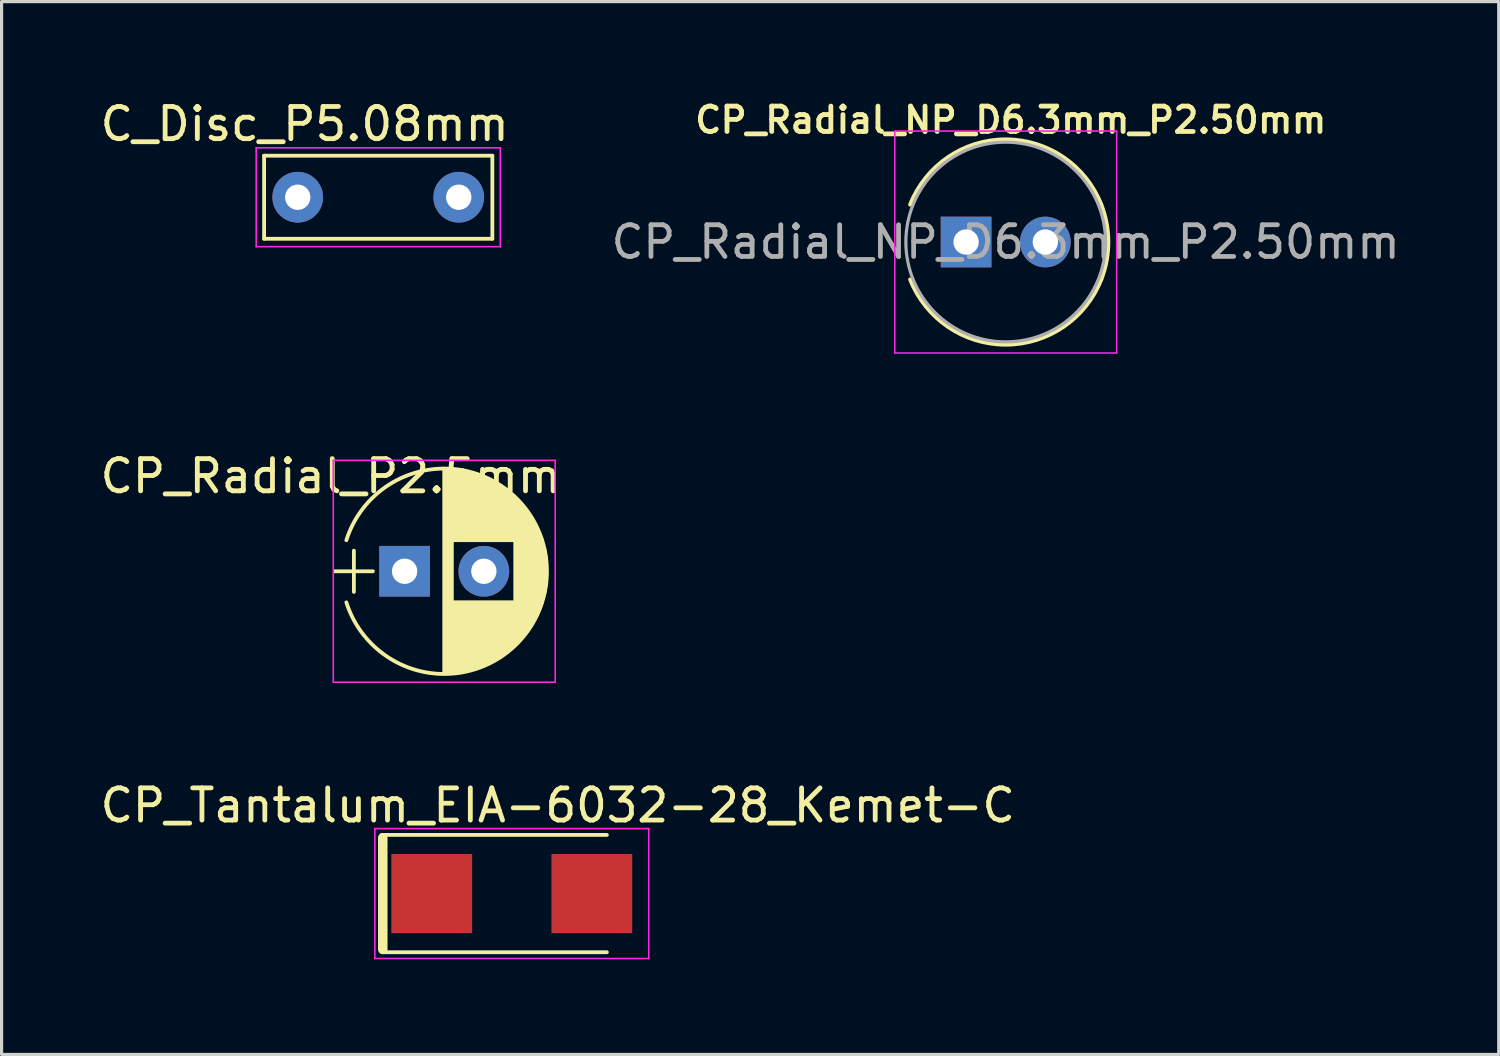
<source format=kicad_pcb>
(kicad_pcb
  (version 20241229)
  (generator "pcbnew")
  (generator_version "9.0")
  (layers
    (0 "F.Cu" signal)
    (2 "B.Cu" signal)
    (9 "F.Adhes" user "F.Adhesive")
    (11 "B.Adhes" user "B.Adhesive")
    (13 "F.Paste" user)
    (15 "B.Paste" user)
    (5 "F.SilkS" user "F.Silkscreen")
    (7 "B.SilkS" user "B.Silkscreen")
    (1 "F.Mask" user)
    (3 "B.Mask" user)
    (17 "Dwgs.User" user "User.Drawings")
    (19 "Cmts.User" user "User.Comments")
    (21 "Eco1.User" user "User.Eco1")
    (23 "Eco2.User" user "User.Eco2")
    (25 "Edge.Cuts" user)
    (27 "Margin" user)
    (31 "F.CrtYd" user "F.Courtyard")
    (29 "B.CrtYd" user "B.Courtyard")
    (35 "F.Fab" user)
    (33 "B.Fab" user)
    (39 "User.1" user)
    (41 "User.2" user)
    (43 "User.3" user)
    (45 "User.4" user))
  (footprint "CP_Tantalum_EIA-6032-28_Kemet-C"
    (layer "F.Cu")
    (at 13.095 25.139)
    (property "Reference" "CP_Tantalum_EIA-6032-28_Kemet-C" (at 1.45 -2.78 0) (layer "F.SilkS") (effects (font (size 1.016 1.016) (thickness 0.152))))
    (attr smd)
    (fp_line (start -4.1 -1.85) (end 3 -1.85) (stroke (width 0.12) (type solid)) (layer "F.SilkS"))
    (fp_line (start -4.1 1.85) (end 3 1.85) (stroke (width 0.12) (type solid)) (layer "F.SilkS"))
    (fp_line (start -4.07 -1.76) (end -4.07 1.76) (stroke (width 0.3) (type solid)) (layer "F.SilkS"))
    (fp_line (start -4.32 -2.05) (end -4.32 2.05) (stroke (width 0.05) (type solid)) (layer "F.CrtYd"))
    (fp_line (start -4.32 2.05) (end 4.32 2.05) (stroke (width 0.05) (type solid)) (layer "F.CrtYd"))
    (fp_line (start 4.32 -2.05) (end -4.32 -2.05) (stroke (width 0.05) (type solid)) (layer "F.CrtYd"))
    (fp_line (start 4.32 2.05) (end 4.32 -2.05) (stroke (width 0.05) (type solid)) (layer "F.CrtYd"))
    (pad "1" smd rect (at 2.525 0) (size 2.55 2.5) (layers "F.Cu" "F.Mask" "F.Paste"))
    (pad "2" smd rect (at -2.525 0) (size 2.55 2.5) (layers "F.Cu" "F.Mask" "F.Paste")))
  (footprint "CP_Radial_P2.5mm"
    (layer "F.Cu")
    (at 9.714 14.972)
    (property "Reference" "CP_Radial_P2.5mm" (at -2.33 -3 0) (layer "F.SilkS") (effects (font (size 1.016 1.016) (thickness 0.152))))
    (attr through_hole)
    (fp_line (start -2.2 0) (end -1 0) (stroke (width 0.12) (type solid)) (layer "F.SilkS"))
    (fp_line (start -1.6 -0.65) (end -1.6 0.65) (stroke (width 0.12) (type solid)) (layer "F.SilkS"))
    (fp_line (start 1.25 -3.2) (end 1.25 3.2) (stroke (width 0.12) (type solid)) (layer "F.SilkS"))
    (fp_line (start 1.29 -3.2) (end 1.29 3.2) (stroke (width 0.12) (type solid)) (layer "F.SilkS"))
    (fp_line (start 1.33 -3.2) (end 1.33 3.2) (stroke (width 0.12) (type solid)) (layer "F.SilkS"))
    (fp_line (start 1.37 -3.198) (end 1.37 3.198) (stroke (width 0.12) (type solid)) (layer "F.SilkS"))
    (fp_line (start 1.41 -3.197) (end 1.41 3.197) (stroke (width 0.12) (type solid)) (layer "F.SilkS"))
    (fp_line (start 1.45 -3.194) (end 1.45 3.194) (stroke (width 0.12) (type solid)) (layer "F.SilkS"))
    (fp_line (start 1.49 -3.192) (end 1.49 3.192) (stroke (width 0.12) (type solid)) (layer "F.SilkS"))
    (fp_line (start 1.53 -3.188) (end 1.53 -0.98) (stroke (width 0.12) (type solid)) (layer "F.SilkS"))
    (fp_line (start 1.53 0.98) (end 1.53 3.188) (stroke (width 0.12) (type solid)) (layer "F.SilkS"))
    (fp_line (start 1.57 -3.185) (end 1.57 -0.98) (stroke (width 0.12) (type solid)) (layer "F.SilkS"))
    (fp_line (start 1.57 0.98) (end 1.57 3.185) (stroke (width 0.12) (type solid)) (layer "F.SilkS"))
    (fp_line (start 1.61 -3.18) (end 1.61 -0.98) (stroke (width 0.12) (type solid)) (layer "F.SilkS"))
    (fp_line (start 1.61 0.98) (end 1.61 3.18) (stroke (width 0.12) (type solid)) (layer "F.SilkS"))
    (fp_line (start 1.65 -3.176) (end 1.65 -0.98) (stroke (width 0.12) (type solid)) (layer "F.SilkS"))
    (fp_line (start 1.65 0.98) (end 1.65 3.176) (stroke (width 0.12) (type solid)) (layer "F.SilkS"))
    (fp_line (start 1.69 -3.17) (end 1.69 -0.98) (stroke (width 0.12) (type solid)) (layer "F.SilkS"))
    (fp_line (start 1.69 0.98) (end 1.69 3.17) (stroke (width 0.12) (type solid)) (layer "F.SilkS"))
    (fp_line (start 1.73 -3.165) (end 1.73 -0.98) (stroke (width 0.12) (type solid)) (layer "F.SilkS"))
    (fp_line (start 1.73 0.98) (end 1.73 3.165) (stroke (width 0.12) (type solid)) (layer "F.SilkS"))
    (fp_line (start 1.77 -3.158) (end 1.77 -0.98) (stroke (width 0.12) (type solid)) (layer "F.SilkS"))
    (fp_line (start 1.77 0.98) (end 1.77 3.158) (stroke (width 0.12) (type solid)) (layer "F.SilkS"))
    (fp_line (start 1.81 -3.152) (end 1.81 -0.98) (stroke (width 0.12) (type solid)) (layer "F.SilkS"))
    (fp_line (start 1.81 0.98) (end 1.81 3.152) (stroke (width 0.12) (type solid)) (layer "F.SilkS"))
    (fp_line (start 1.85 -3.144) (end 1.85 -0.98) (stroke (width 0.12) (type solid)) (layer "F.SilkS"))
    (fp_line (start 1.85 0.98) (end 1.85 3.144) (stroke (width 0.12) (type solid)) (layer "F.SilkS"))
    (fp_line (start 1.89 -3.137) (end 1.89 -0.98) (stroke (width 0.12) (type solid)) (layer "F.SilkS"))
    (fp_line (start 1.89 0.98) (end 1.89 3.137) (stroke (width 0.12) (type solid)) (layer "F.SilkS"))
    (fp_line (start 1.93 -3.128) (end 1.93 -0.98) (stroke (width 0.12) (type solid)) (layer "F.SilkS"))
    (fp_line (start 1.93 0.98) (end 1.93 3.128) (stroke (width 0.12) (type solid)) (layer "F.SilkS"))
    (fp_line (start 1.971 -3.119) (end 1.971 -0.98) (stroke (width 0.12) (type solid)) (layer "F.SilkS"))
    (fp_line (start 1.971 0.98) (end 1.971 3.119) (stroke (width 0.12) (type solid)) (layer "F.SilkS"))
    (fp_line (start 2.011 -3.11) (end 2.011 -0.98) (stroke (width 0.12) (type solid)) (layer "F.SilkS"))
    (fp_line (start 2.011 0.98) (end 2.011 3.11) (stroke (width 0.12) (type solid)) (layer "F.SilkS"))
    (fp_line (start 2.051 -3.1) (end 2.051 -0.98) (stroke (width 0.12) (type solid)) (layer "F.SilkS"))
    (fp_line (start 2.051 0.98) (end 2.051 3.1) (stroke (width 0.12) (type solid)) (layer "F.SilkS"))
    (fp_line (start 2.091 -3.09) (end 2.091 -0.98) (stroke (width 0.12) (type solid)) (layer "F.SilkS"))
    (fp_line (start 2.091 0.98) (end 2.091 3.09) (stroke (width 0.12) (type solid)) (layer "F.SilkS"))
    (fp_line (start 2.131 -3.079) (end 2.131 -0.98) (stroke (width 0.12) (type solid)) (layer "F.SilkS"))
    (fp_line (start 2.131 0.98) (end 2.131 3.079) (stroke (width 0.12) (type solid)) (layer "F.SilkS"))
    (fp_line (start 2.171 -3.067) (end 2.171 -0.98) (stroke (width 0.12) (type solid)) (layer "F.SilkS"))
    (fp_line (start 2.171 0.98) (end 2.171 3.067) (stroke (width 0.12) (type solid)) (layer "F.SilkS"))
    (fp_line (start 2.211 -3.055) (end 2.211 -0.98) (stroke (width 0.12) (type solid)) (layer "F.SilkS"))
    (fp_line (start 2.211 0.98) (end 2.211 3.055) (stroke (width 0.12) (type solid)) (layer "F.SilkS"))
    (fp_line (start 2.251 -3.042) (end 2.251 -0.98) (stroke (width 0.12) (type solid)) (layer "F.SilkS"))
    (fp_line (start 2.251 0.98) (end 2.251 3.042) (stroke (width 0.12) (type solid)) (layer "F.SilkS"))
    (fp_line (start 2.291 -3.029) (end 2.291 -0.98) (stroke (width 0.12) (type solid)) (layer "F.SilkS"))
    (fp_line (start 2.291 0.98) (end 2.291 3.029) (stroke (width 0.12) (type solid)) (layer "F.SilkS"))
    (fp_line (start 2.331 -3.015) (end 2.331 -0.98) (stroke (width 0.12) (type solid)) (layer "F.SilkS"))
    (fp_line (start 2.331 0.98) (end 2.331 3.015) (stroke (width 0.12) (type solid)) (layer "F.SilkS"))
    (fp_line (start 2.371 -3.001) (end 2.371 -0.98) (stroke (width 0.12) (type solid)) (layer "F.SilkS"))
    (fp_line (start 2.371 0.98) (end 2.371 3.001) (stroke (width 0.12) (type solid)) (layer "F.SilkS"))
    (fp_line (start 2.411 -2.986) (end 2.411 -0.98) (stroke (width 0.12) (type solid)) (layer "F.SilkS"))
    (fp_line (start 2.411 0.98) (end 2.411 2.986) (stroke (width 0.12) (type solid)) (layer "F.SilkS"))
    (fp_line (start 2.451 -2.97) (end 2.451 -0.98) (stroke (width 0.12) (type solid)) (layer "F.SilkS"))
    (fp_line (start 2.451 0.98) (end 2.451 2.97) (stroke (width 0.12) (type solid)) (layer "F.SilkS"))
    (fp_line (start 2.491 -2.954) (end 2.491 -0.98) (stroke (width 0.12) (type solid)) (layer "F.SilkS"))
    (fp_line (start 2.491 0.98) (end 2.491 2.954) (stroke (width 0.12) (type solid)) (layer "F.SilkS"))
    (fp_line (start 2.531 -2.937) (end 2.531 -0.98) (stroke (width 0.12) (type solid)) (layer "F.SilkS"))
    (fp_line (start 2.531 0.98) (end 2.531 2.937) (stroke (width 0.12) (type solid)) (layer "F.SilkS"))
    (fp_line (start 2.571 -2.919) (end 2.571 -0.98) (stroke (width 0.12) (type solid)) (layer "F.SilkS"))
    (fp_line (start 2.571 0.98) (end 2.571 2.919) (stroke (width 0.12) (type solid)) (layer "F.SilkS"))
    (fp_line (start 2.611 -2.901) (end 2.611 -0.98) (stroke (width 0.12) (type solid)) (layer "F.SilkS"))
    (fp_line (start 2.611 0.98) (end 2.611 2.901) (stroke (width 0.12) (type solid)) (layer "F.SilkS"))
    (fp_line (start 2.651 -2.882) (end 2.651 -0.98) (stroke (width 0.12) (type solid)) (layer "F.SilkS"))
    (fp_line (start 2.651 0.98) (end 2.651 2.882) (stroke (width 0.12) (type solid)) (layer "F.SilkS"))
    (fp_line (start 2.691 -2.863) (end 2.691 -0.98) (stroke (width 0.12) (type solid)) (layer "F.SilkS"))
    (fp_line (start 2.691 0.98) (end 2.691 2.863) (stroke (width 0.12) (type solid)) (layer "F.SilkS"))
    (fp_line (start 2.731 -2.843) (end 2.731 -0.98) (stroke (width 0.12) (type solid)) (layer "F.SilkS"))
    (fp_line (start 2.731 0.98) (end 2.731 2.843) (stroke (width 0.12) (type solid)) (layer "F.SilkS"))
    (fp_line (start 2.771 -2.822) (end 2.771 -0.98) (stroke (width 0.12) (type solid)) (layer "F.SilkS"))
    (fp_line (start 2.771 0.98) (end 2.771 2.822) (stroke (width 0.12) (type solid)) (layer "F.SilkS"))
    (fp_line (start 2.811 -2.8) (end 2.811 -0.98) (stroke (width 0.12) (type solid)) (layer "F.SilkS"))
    (fp_line (start 2.811 0.98) (end 2.811 2.8) (stroke (width 0.12) (type solid)) (layer "F.SilkS"))
    (fp_line (start 2.851 -2.778) (end 2.851 -0.98) (stroke (width 0.12) (type solid)) (layer "F.SilkS"))
    (fp_line (start 2.851 0.98) (end 2.851 2.778) (stroke (width 0.12) (type solid)) (layer "F.SilkS"))
    (fp_line (start 2.891 -2.755) (end 2.891 -0.98) (stroke (width 0.12) (type solid)) (layer "F.SilkS"))
    (fp_line (start 2.891 0.98) (end 2.891 2.755) (stroke (width 0.12) (type solid)) (layer "F.SilkS"))
    (fp_line (start 2.931 -2.731) (end 2.931 -0.98) (stroke (width 0.12) (type solid)) (layer "F.SilkS"))
    (fp_line (start 2.931 0.98) (end 2.931 2.731) (stroke (width 0.12) (type solid)) (layer "F.SilkS"))
    (fp_line (start 2.971 -2.706) (end 2.971 -0.98) (stroke (width 0.12) (type solid)) (layer "F.SilkS"))
    (fp_line (start 2.971 0.98) (end 2.971 2.706) (stroke (width 0.12) (type solid)) (layer "F.SilkS"))
    (fp_line (start 3.011 -2.681) (end 3.011 -0.98) (stroke (width 0.12) (type solid)) (layer "F.SilkS"))
    (fp_line (start 3.011 0.98) (end 3.011 2.681) (stroke (width 0.12) (type solid)) (layer "F.SilkS"))
    (fp_line (start 3.051 -2.654) (end 3.051 -0.98) (stroke (width 0.12) (type solid)) (layer "F.SilkS"))
    (fp_line (start 3.051 0.98) (end 3.051 2.654) (stroke (width 0.12) (type solid)) (layer "F.SilkS"))
    (fp_line (start 3.091 -2.627) (end 3.091 -0.98) (stroke (width 0.12) (type solid)) (layer "F.SilkS"))
    (fp_line (start 3.091 0.98) (end 3.091 2.627) (stroke (width 0.12) (type solid)) (layer "F.SilkS"))
    (fp_line (start 3.131 -2.599) (end 3.131 -0.98) (stroke (width 0.12) (type solid)) (layer "F.SilkS"))
    (fp_line (start 3.131 0.98) (end 3.131 2.599) (stroke (width 0.12) (type solid)) (layer "F.SilkS"))
    (fp_line (start 3.171 -2.57) (end 3.171 -0.98) (stroke (width 0.12) (type solid)) (layer "F.SilkS"))
    (fp_line (start 3.171 0.98) (end 3.171 2.57) (stroke (width 0.12) (type solid)) (layer "F.SilkS"))
    (fp_line (start 3.211 -2.54) (end 3.211 -0.98) (stroke (width 0.12) (type solid)) (layer "F.SilkS"))
    (fp_line (start 3.211 0.98) (end 3.211 2.54) (stroke (width 0.12) (type solid)) (layer "F.SilkS"))
    (fp_line (start 3.251 -2.51) (end 3.251 -0.98) (stroke (width 0.12) (type solid)) (layer "F.SilkS"))
    (fp_line (start 3.251 0.98) (end 3.251 2.51) (stroke (width 0.12) (type solid)) (layer "F.SilkS"))
    (fp_line (start 3.291 -2.478) (end 3.291 -0.98) (stroke (width 0.12) (type solid)) (layer "F.SilkS"))
    (fp_line (start 3.291 0.98) (end 3.291 2.478) (stroke (width 0.12) (type solid)) (layer "F.SilkS"))
    (fp_line (start 3.331 -2.445) (end 3.331 -0.98) (stroke (width 0.12) (type solid)) (layer "F.SilkS"))
    (fp_line (start 3.331 0.98) (end 3.331 2.445) (stroke (width 0.12) (type solid)) (layer "F.SilkS"))
    (fp_line (start 3.371 -2.411) (end 3.371 -0.98) (stroke (width 0.12) (type solid)) (layer "F.SilkS"))
    (fp_line (start 3.371 0.98) (end 3.371 2.411) (stroke (width 0.12) (type solid)) (layer "F.SilkS"))
    (fp_line (start 3.411 -2.375) (end 3.411 -0.98) (stroke (width 0.12) (type solid)) (layer "F.SilkS"))
    (fp_line (start 3.411 0.98) (end 3.411 2.375) (stroke (width 0.12) (type solid)) (layer "F.SilkS"))
    (fp_line (start 3.451 -2.339) (end 3.451 -0.98) (stroke (width 0.12) (type solid)) (layer "F.SilkS"))
    (fp_line (start 3.451 0.98) (end 3.451 2.339) (stroke (width 0.12) (type solid)) (layer "F.SilkS"))
    (fp_line (start 3.491 -2.301) (end 3.491 2.301) (stroke (width 0.12) (type solid)) (layer "F.SilkS"))
    (fp_line (start 3.531 -2.262) (end 3.531 2.262) (stroke (width 0.12) (type solid)) (layer "F.SilkS"))
    (fp_line (start 3.571 -2.222) (end 3.571 2.222) (stroke (width 0.12) (type solid)) (layer "F.SilkS"))
    (fp_line (start 3.611 -2.18) (end 3.611 2.18) (stroke (width 0.12) (type solid)) (layer "F.SilkS"))
    (fp_line (start 3.651 -2.137) (end 3.651 2.137) (stroke (width 0.12) (type solid)) (layer "F.SilkS"))
    (fp_line (start 3.691 -2.092) (end 3.691 2.092) (stroke (width 0.12) (type solid)) (layer "F.SilkS"))
    (fp_line (start 3.731 -2.045) (end 3.731 2.045) (stroke (width 0.12) (type solid)) (layer "F.SilkS"))
    (fp_line (start 3.771 -1.997) (end 3.771 1.997) (stroke (width 0.12) (type solid)) (layer "F.SilkS"))
    (fp_line (start 3.811 -1.946) (end 3.811 1.946) (stroke (width 0.12) (type solid)) (layer "F.SilkS"))
    (fp_line (start 3.851 -1.894) (end 3.851 1.894) (stroke (width 0.12) (type solid)) (layer "F.SilkS"))
    (fp_line (start 3.891 -1.839) (end 3.891 1.839) (stroke (width 0.12) (type solid)) (layer "F.SilkS"))
    (fp_line (start 3.931 -1.781) (end 3.931 1.781) (stroke (width 0.12) (type solid)) (layer "F.SilkS"))
    (fp_line (start 3.971 -1.721) (end 3.971 1.721) (stroke (width 0.12) (type solid)) (layer "F.SilkS"))
    (fp_line (start 4.011 -1.658) (end 4.011 1.658) (stroke (width 0.12) (type solid)) (layer "F.SilkS"))
    (fp_line (start 4.051 -1.591) (end 4.051 1.591) (stroke (width 0.12) (type solid)) (layer "F.SilkS"))
    (fp_line (start 4.091 -1.52) (end 4.091 1.52) (stroke (width 0.12) (type solid)) (layer "F.SilkS"))
    (fp_line (start 4.131 -1.445) (end 4.131 1.445) (stroke (width 0.12) (type solid)) (layer "F.SilkS"))
    (fp_line (start 4.171 -1.364) (end 4.171 1.364) (stroke (width 0.12) (type solid)) (layer "F.SilkS"))
    (fp_line (start 4.211 -1.278) (end 4.211 1.278) (stroke (width 0.12) (type solid)) (layer "F.SilkS"))
    (fp_line (start 4.251 -1.184) (end 4.251 1.184) (stroke (width 0.12) (type solid)) (layer "F.SilkS"))
    (fp_line (start 4.291 -1.081) (end 4.291 1.081) (stroke (width 0.12) (type solid)) (layer "F.SilkS"))
    (fp_line (start 4.331 -0.966) (end 4.331 0.966) (stroke (width 0.12) (type solid)) (layer "F.SilkS"))
    (fp_line (start 4.371 -0.834) (end 4.371 0.834) (stroke (width 0.12) (type solid)) (layer "F.SilkS"))
    (fp_line (start 4.411 -0.676) (end 4.411 0.676) (stroke (width 0.12) (type solid)) (layer "F.SilkS"))
    (fp_line (start 4.451 -0.468) (end 4.451 0.468) (stroke (width 0.12) (type solid)) (layer "F.SilkS"))
    (fp_arc (start -1.838236 -0.98) (mid 1.250337 -3.24) (end 4.33844 -0.979357) (stroke (width 0.12) (type solid)) (layer "F.SilkS"))
    (fp_arc (start 4.338236 -0.98) (mid 4.49 -0.000337) (end 4.33844 0.979357) (stroke (width 0.12) (type solid)) (layer "F.SilkS"))
    (fp_arc (start 4.33844 0.979357) (mid 1.250337 3.24) (end -1.838236 0.98) (stroke (width 0.12) (type solid)) (layer "F.SilkS"))
    (fp_line (start -2.25 -3.5) (end -2.25 3.5) (stroke (width 0.05) (type solid)) (layer "F.CrtYd"))
    (fp_line (start -2.25 3.5) (end 4.75 3.5) (stroke (width 0.05) (type solid)) (layer "F.CrtYd"))
    (fp_line (start 4.75 -3.5) (end -2.25 -3.5) (stroke (width 0.05) (type solid)) (layer "F.CrtYd"))
    (fp_line (start 4.75 3.5) (end 4.75 -3.5) (stroke (width 0.05) (type solid)) (layer "F.CrtYd"))
    (pad "1" thru_hole rect (at 0 0) (size 1.6 1.6) (drill 0.8) (layers "*.Cu" "*.Mask"))
    (pad "2" thru_hole circle (at 2.5 0) (size 1.6 1.6) (drill 0.8) (layers "*.Cu" "*.Mask")))
  (footprint "CP_Radial_NP_D6.3mm_P2.50mm"
    (layer "F.Cu")
    (at 27.427 4.585)
    (property "Reference" "CP_Radial_NP_D6.3mm_P2.50mm" (at 1.41 -3.85 0) (layer "F.SilkS") (effects (font (size 0.8 0.8) (thickness 0.152))))
    (attr through_hole)
    (fp_arc (start -1.767482 -1.18) (mid 1.250464 -3.24) (end 4.26782 -1.179135) (stroke (width 0.12) (type solid)) (layer "F.SilkS"))
    (fp_arc (start 4.267482 -1.18) (mid 4.49 -0.000464) (end 4.26782 1.179135) (stroke (width 0.12) (type solid)) (layer "F.SilkS"))
    (fp_arc (start 4.26782 1.179135) (mid 1.250464 3.239999) (end -1.767482 1.18) (stroke (width 0.12) (type solid)) (layer "F.SilkS"))
    (fp_line (start -2.25 -3.5) (end -2.25 3.5) (stroke (width 0.05) (type solid)) (layer "F.CrtYd"))
    (fp_line (start -2.25 3.5) (end 4.75 3.5) (stroke (width 0.05) (type solid)) (layer "F.CrtYd"))
    (fp_line (start 4.75 -3.5) (end -2.25 -3.5) (stroke (width 0.05) (type solid)) (layer "F.CrtYd"))
    (fp_line (start 4.75 3.5) (end 4.75 -3.5) (stroke (width 0.05) (type solid)) (layer "F.CrtYd"))
    (fp_circle (center 1.25 0) (end 4.4 0) (stroke (width 0.1) (type solid)) (fill no) (layer "F.Fab"))
    (fp_text user "${REFERENCE}" (at 1.25 0 0) (layer "F.Fab") (effects (font (size 1 1) (thickness 0.15))))
    (pad "1" thru_hole rect (at 0 0) (size 1.6 1.6) (drill 0.8) (layers "*.Cu" "*.Mask"))
    (pad "2" thru_hole circle (at 2.5 0) (size 1.6 1.6) (drill 0.8) (layers "*.Cu" "*.Mask")))
  (footprint "C_Disc_P5.08mm"
    (layer "F.Cu")
    (at 8.882 3.172)
    (property "Reference" "C_Disc_P5.08mm" (at -2.32 -2.31 0) (layer "F.SilkS") (effects (font (size 1.016 1.016) (thickness 0.152))))
    (attr through_hole)
    (fp_line (start -3.6 -1.31) (end -3.6 1.31) (stroke (width 0.12) (type solid)) (layer "F.SilkS"))
    (fp_line (start -3.6 -1.31) (end 3.6 -1.31) (stroke (width 0.12) (type solid)) (layer "F.SilkS"))
    (fp_line (start -3.6 1.31) (end 3.6 1.31) (stroke (width 0.12) (type solid)) (layer "F.SilkS"))
    (fp_line (start -3.59 0) (end -3.6 0) (stroke (width 0.05) (type solid)) (layer "F.SilkS"))
    (fp_line (start 3.6 -1.31) (end 3.6 1.31) (stroke (width 0.12) (type solid)) (layer "F.SilkS"))
    (fp_line (start -3.85 -1.56) (end -3.85 1.56) (stroke (width 0.05) (type solid)) (layer "F.CrtYd"))
    (fp_line (start -3.85 1.56) (end 3.85 1.56) (stroke (width 0.05) (type solid)) (layer "F.CrtYd"))
    (fp_line (start 3.85 -1.56) (end -3.85 -1.56) (stroke (width 0.05) (type solid)) (layer "F.CrtYd"))
    (fp_line (start 3.85 1.56) (end 3.85 -1.56) (stroke (width 0.05) (type solid)) (layer "F.CrtYd"))
    (pad "1" thru_hole circle (at -2.54 0) (size 1.6 1.6) (drill 0.8) (layers "*.Cu" "*.Mask"))
    (pad "2" thru_hole circle (at 2.54 0) (size 1.6 1.6) (drill 0.8) (layers "*.Cu" "*.Mask")))
  (gr_rect
    (start -3 -3)
    (end 44.23 30.214)
    (stroke (width 0.1) (type default))
    (fill no)
    (layer "Edge.Cuts")))
</source>
